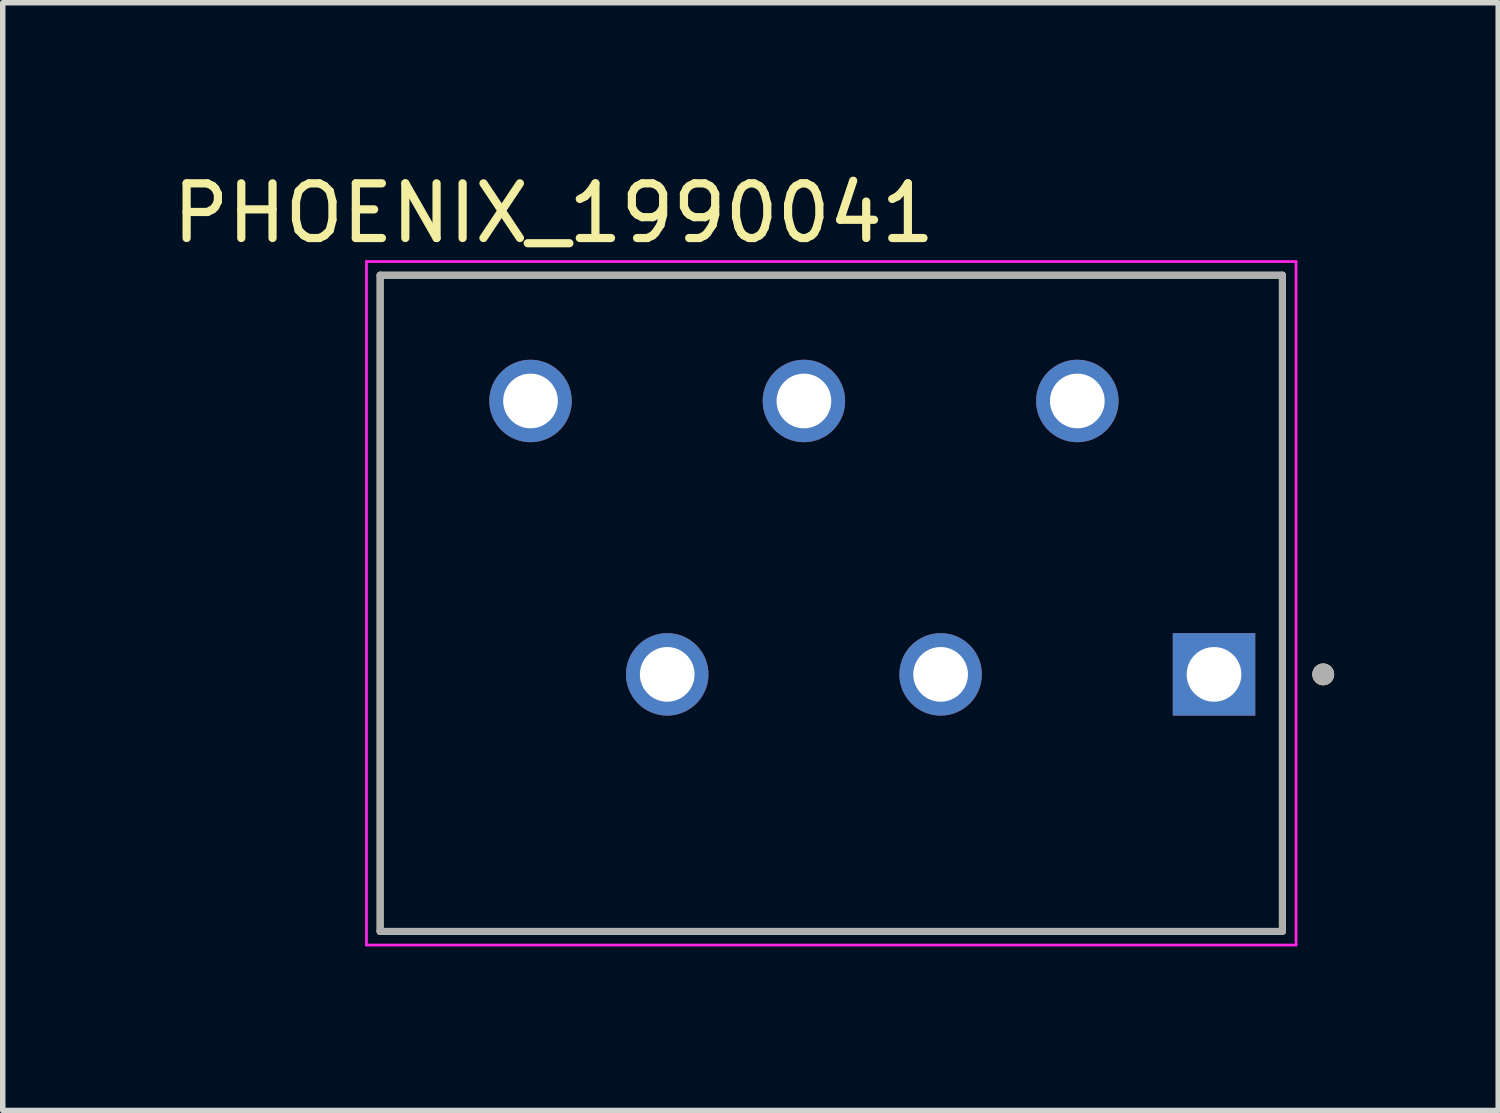
<source format=kicad_pcb>
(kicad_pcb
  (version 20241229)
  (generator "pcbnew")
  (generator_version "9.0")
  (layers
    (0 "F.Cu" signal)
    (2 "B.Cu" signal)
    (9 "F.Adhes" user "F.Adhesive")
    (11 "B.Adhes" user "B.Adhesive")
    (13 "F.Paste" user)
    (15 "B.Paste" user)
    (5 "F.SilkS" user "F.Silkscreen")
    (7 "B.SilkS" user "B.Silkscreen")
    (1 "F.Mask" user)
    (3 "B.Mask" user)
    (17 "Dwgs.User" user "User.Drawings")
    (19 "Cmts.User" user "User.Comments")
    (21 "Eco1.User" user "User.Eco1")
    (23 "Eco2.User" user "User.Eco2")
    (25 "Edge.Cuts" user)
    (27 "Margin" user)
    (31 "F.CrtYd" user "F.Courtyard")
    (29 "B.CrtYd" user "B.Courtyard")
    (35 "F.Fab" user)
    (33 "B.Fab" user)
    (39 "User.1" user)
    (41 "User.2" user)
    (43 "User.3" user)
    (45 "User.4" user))
  (footprint "PHOENIX_1990041"
    (layer "F.Cu")
    (at 3.902 13.983)
    (property "Reference" "PHOENIX_1990041" (at 3.175 -13.135 0) (layer "F.SilkS") (effects (font (size 1 1) (thickness 0.15))))
    (attr through_hole)
    (fp_line (start 0 -12) (end 0 0) (stroke (width 0.127) (type solid)) (layer "F.SilkS"))
    (fp_line (start 0 0) (end 16.5 0) (stroke (width 0.127) (type solid)) (layer "F.SilkS"))
    (fp_line (start 16.5 -12) (end 0 -12) (stroke (width 0.127) (type solid)) (layer "F.SilkS"))
    (fp_line (start 16.5 0) (end 16.5 -12) (stroke (width 0.127) (type solid)) (layer "F.SilkS"))
    (fp_circle (center 17.247 -4.7) (end 17.347 -4.7) (stroke (width 0.2) (type solid)) (fill no) (layer "F.SilkS"))
    (fp_line (start -0.25 -12.25) (end -0.25 0.25) (stroke (width 0.05) (type solid)) (layer "F.CrtYd"))
    (fp_line (start -0.25 0.25) (end 16.75 0.25) (stroke (width 0.05) (type solid)) (layer "F.CrtYd"))
    (fp_line (start 16.75 -12.25) (end -0.25 -12.25) (stroke (width 0.05) (type solid)) (layer "F.CrtYd"))
    (fp_line (start 16.75 0.25) (end 16.75 -12.25) (stroke (width 0.05) (type solid)) (layer "F.CrtYd"))
    (fp_line (start 0 -12) (end 0 0) (stroke (width 0.127) (type solid)) (layer "F.Fab"))
    (fp_line (start 0 0) (end 16.5 0) (stroke (width 0.127) (type solid)) (layer "F.Fab"))
    (fp_line (start 16.5 -12) (end 0 -12) (stroke (width 0.127) (type solid)) (layer "F.Fab"))
    (fp_line (start 16.5 0) (end 16.5 -12) (stroke (width 0.127) (type solid)) (layer "F.Fab"))
    (fp_circle (center 17.247 -4.7) (end 17.347 -4.7) (stroke (width 0.2) (type solid)) (fill no) (layer "F.Fab"))
    (pad "1" thru_hole rect (at 15.25 -4.7) (size 1.508 1.508) (drill 1) (layers "*.Cu" "*.Mask"))
    (pad "2" thru_hole circle (at 12.75 -9.7) (size 1.508 1.508) (drill 1) (layers "*.Cu" "*.Mask"))
    (pad "3" thru_hole circle (at 10.25 -4.7) (size 1.508 1.508) (drill 1) (layers "*.Cu" "*.Mask"))
    (pad "4" thru_hole circle (at 7.75 -9.7) (size 1.508 1.508) (drill 1) (layers "*.Cu" "*.Mask"))
    (pad "5" thru_hole circle (at 5.25 -4.7) (size 1.508 1.508) (drill 1) (layers "*.Cu" "*.Mask"))
    (pad "6" thru_hole circle (at 2.75 -9.7) (size 1.508 1.508) (drill 1) (layers "*.Cu" "*.Mask")))
  (gr_rect
    (start -3 -3)
    (end 24.349 17.258)
    (stroke (width 0.1) (type default))
    (fill no)
    (layer "Edge.Cuts")))
</source>
